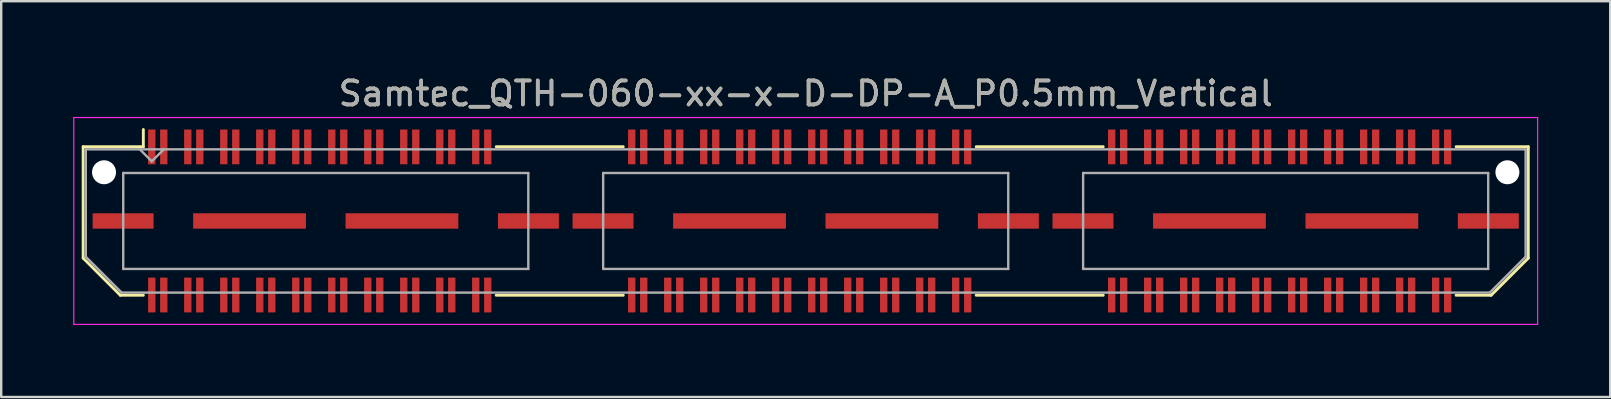
<source format=kicad_pcb>
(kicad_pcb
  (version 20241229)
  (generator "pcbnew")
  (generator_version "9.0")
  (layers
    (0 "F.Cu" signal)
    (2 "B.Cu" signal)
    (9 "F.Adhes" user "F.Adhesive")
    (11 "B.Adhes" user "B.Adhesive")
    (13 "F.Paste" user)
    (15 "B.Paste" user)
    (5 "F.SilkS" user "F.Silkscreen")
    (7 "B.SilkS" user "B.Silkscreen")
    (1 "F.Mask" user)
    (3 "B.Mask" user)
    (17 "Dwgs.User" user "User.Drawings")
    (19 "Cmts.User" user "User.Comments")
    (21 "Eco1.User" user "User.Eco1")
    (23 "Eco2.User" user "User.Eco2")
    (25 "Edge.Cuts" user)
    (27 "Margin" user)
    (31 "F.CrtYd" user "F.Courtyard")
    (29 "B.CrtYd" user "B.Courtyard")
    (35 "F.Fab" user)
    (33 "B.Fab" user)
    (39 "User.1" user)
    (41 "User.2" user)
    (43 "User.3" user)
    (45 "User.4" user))
  (footprint "Samtec_QTH-060-xx-x-D-DP-A_P0.5mm_Vertical"
    (layer "F.Cu")
    (at 30.525 6.158)
    (property "Reference" "Samtec_QTH-060-xx-x-D-DP-A_P0.5mm_Vertical" (at 0 -5.31 0) (layer "F.SilkS") (effects (font (size 1 1) (thickness 0.15))))
    (attr smd)
    (fp_line (start -30.11 -3.095) (end -30.11 1.548) (stroke (width 0.12) (type solid)) (layer "F.SilkS"))
    (fp_line (start -30.11 1.548) (end -28.562 3.095) (stroke (width 0.12) (type solid)) (layer "F.SilkS"))
    (fp_line (start -28.562 3.095) (end -27.602 3.095) (stroke (width 0.12) (type solid)) (layer "F.SilkS"))
    (fp_line (start -27.602 -3.811) (end -27.602 -3.095) (stroke (width 0.12) (type solid)) (layer "F.SilkS"))
    (fp_line (start -27.602 -3.095) (end -30.11 -3.095) (stroke (width 0.12) (type solid)) (layer "F.SilkS"))
    (fp_line (start -12.898 -3.095) (end -7.603 -3.095) (stroke (width 0.12) (type solid)) (layer "F.SilkS"))
    (fp_line (start -12.898 3.095) (end -7.603 3.095) (stroke (width 0.12) (type solid)) (layer "F.SilkS"))
    (fp_line (start 7.103 -3.095) (end 12.398 -3.095) (stroke (width 0.12) (type solid)) (layer "F.SilkS"))
    (fp_line (start 7.103 3.095) (end 12.398 3.095) (stroke (width 0.12) (type solid)) (layer "F.SilkS"))
    (fp_line (start 27.102 -3.095) (end 30.11 -3.095) (stroke (width 0.12) (type solid)) (layer "F.SilkS"))
    (fp_line (start 28.562 3.095) (end 27.102 3.095) (stroke (width 0.12) (type solid)) (layer "F.SilkS"))
    (fp_line (start 30.11 -3.095) (end 30.11 1.548) (stroke (width 0.12) (type solid)) (layer "F.SilkS"))
    (fp_line (start 30.11 1.548) (end 28.562 3.095) (stroke (width 0.12) (type solid)) (layer "F.SilkS"))
    (fp_line (start -30.5 -4.31) (end -30.5 4.31) (stroke (width 0.05) (type solid)) (layer "F.CrtYd"))
    (fp_line (start -30.5 4.31) (end 30.5 4.31) (stroke (width 0.05) (type solid)) (layer "F.CrtYd"))
    (fp_line (start 30.5 -4.31) (end -30.5 -4.31) (stroke (width 0.05) (type solid)) (layer "F.CrtYd"))
    (fp_line (start 30.5 4.31) (end 30.5 -4.31) (stroke (width 0.05) (type solid)) (layer "F.CrtYd"))
    (fp_line (start -30 -2.985) (end -30 1.492) (stroke (width 0.1) (type solid)) (layer "F.Fab"))
    (fp_line (start -30 -2.985) (end 30 -2.985) (stroke (width 0.1) (type solid)) (layer "F.Fab"))
    (fp_line (start -30 1.492) (end -28.508 2.985) (stroke (width 0.1) (type solid)) (layer "F.Fab"))
    (fp_line (start -28.508 2.985) (end 28.508 2.985) (stroke (width 0.1) (type solid)) (layer "F.Fab"))
    (fp_line (start -28.44 -2) (end -28.44 2) (stroke (width 0.1) (type solid)) (layer "F.Fab"))
    (fp_line (start -28.44 2) (end -11.56 2) (stroke (width 0.1) (type solid)) (layer "F.Fab"))
    (fp_line (start -27.25 -2.485) (end -27.75 -2.985) (stroke (width 0.1) (type solid)) (layer "F.Fab"))
    (fp_line (start -26.75 -2.985) (end -27.25 -2.485) (stroke (width 0.1) (type solid)) (layer "F.Fab"))
    (fp_line (start -11.56 -2) (end -28.44 -2) (stroke (width 0.1) (type solid)) (layer "F.Fab"))
    (fp_line (start -11.56 2) (end -11.56 -2) (stroke (width 0.1) (type solid)) (layer "F.Fab"))
    (fp_line (start -8.44 -2) (end -8.44 2) (stroke (width 0.1) (type solid)) (layer "F.Fab"))
    (fp_line (start -8.44 2) (end 8.44 2) (stroke (width 0.1) (type solid)) (layer "F.Fab"))
    (fp_line (start 8.44 -2) (end -8.44 -2) (stroke (width 0.1) (type solid)) (layer "F.Fab"))
    (fp_line (start 8.44 2) (end 8.44 -2) (stroke (width 0.1) (type solid)) (layer "F.Fab"))
    (fp_line (start 11.56 -2) (end 11.56 2) (stroke (width 0.1) (type solid)) (layer "F.Fab"))
    (fp_line (start 11.56 2) (end 28.44 2) (stroke (width 0.1) (type solid)) (layer "F.Fab"))
    (fp_line (start 28.44 -2) (end 11.56 -2) (stroke (width 0.1) (type solid)) (layer "F.Fab"))
    (fp_line (start 28.44 2) (end 28.44 -2) (stroke (width 0.1) (type solid)) (layer "F.Fab"))
    (fp_line (start 30 -2.985) (end 30 1.492) (stroke (width 0.1) (type solid)) (layer "F.Fab"))
    (fp_line (start 30 1.492) (end 28.508 2.985) (stroke (width 0.1) (type solid)) (layer "F.Fab"))
    (fp_text user "${REFERENCE}" (at 0 -5.31 0) (layer "F.Fab") (effects (font (size 1 1) (thickness 0.15))))
    (pad "" np_thru_hole circle (at -29.24 -2.03) (size 1 1) (drill 1) (layers "*.Cu" "*.Mask"))
    (pad "" np_thru_hole circle (at 29.24 -2.03) (size 1 1) (drill 1) (layers "*.Cu" "*.Mask"))
    (pad "1" smd rect (at -27.25 -3.086) (size 0.305 1.45) (layers "F.Cu" "F.Mask" "F.Paste"))
    (pad "2" smd rect (at -27.25 3.086) (size 0.305 1.45) (layers "F.Cu" "F.Mask" "F.Paste"))
    (pad "3" smd rect (at -26.75 -3.086) (size 0.305 1.45) (layers "F.Cu" "F.Mask" "F.Paste"))
    (pad "4" smd rect (at -26.75 3.086) (size 0.305 1.45) (layers "F.Cu" "F.Mask" "F.Paste"))
    (pad "5" smd rect (at -25.75 -3.086) (size 0.305 1.45) (layers "F.Cu" "F.Mask" "F.Paste"))
    (pad "6" smd rect (at -25.75 3.086) (size 0.305 1.45) (layers "F.Cu" "F.Mask" "F.Paste"))
    (pad "7" smd rect (at -25.25 -3.086) (size 0.305 1.45) (layers "F.Cu" "F.Mask" "F.Paste"))
    (pad "8" smd rect (at -25.25 3.086) (size 0.305 1.45) (layers "F.Cu" "F.Mask" "F.Paste"))
    (pad "9" smd rect (at -24.25 -3.086) (size 0.305 1.45) (layers "F.Cu" "F.Mask" "F.Paste"))
    (pad "10" smd rect (at -24.25 3.086) (size 0.305 1.45) (layers "F.Cu" "F.Mask" "F.Paste"))
    (pad "11" smd rect (at -23.75 -3.086) (size 0.305 1.45) (layers "F.Cu" "F.Mask" "F.Paste"))
    (pad "12" smd rect (at -23.75 3.086) (size 0.305 1.45) (layers "F.Cu" "F.Mask" "F.Paste"))
    (pad "13" smd rect (at -22.75 -3.086) (size 0.305 1.45) (layers "F.Cu" "F.Mask" "F.Paste"))
    (pad "14" smd rect (at -22.75 3.086) (size 0.305 1.45) (layers "F.Cu" "F.Mask" "F.Paste"))
    (pad "15" smd rect (at -22.25 -3.086) (size 0.305 1.45) (layers "F.Cu" "F.Mask" "F.Paste"))
    (pad "16" smd rect (at -22.25 3.086) (size 0.305 1.45) (layers "F.Cu" "F.Mask" "F.Paste"))
    (pad "17" smd rect (at -21.25 -3.086) (size 0.305 1.45) (layers "F.Cu" "F.Mask" "F.Paste"))
    (pad "18" smd rect (at -21.25 3.086) (size 0.305 1.45) (layers "F.Cu" "F.Mask" "F.Paste"))
    (pad "19" smd rect (at -20.75 -3.086) (size 0.305 1.45) (layers "F.Cu" "F.Mask" "F.Paste"))
    (pad "20" smd rect (at -20.75 3.086) (size 0.305 1.45) (layers "F.Cu" "F.Mask" "F.Paste"))
    (pad "21" smd rect (at -19.75 -3.086) (size 0.305 1.45) (layers "F.Cu" "F.Mask" "F.Paste"))
    (pad "22" smd rect (at -19.75 3.086) (size 0.305 1.45) (layers "F.Cu" "F.Mask" "F.Paste"))
    (pad "23" smd rect (at -19.25 -3.086) (size 0.305 1.45) (layers "F.Cu" "F.Mask" "F.Paste"))
    (pad "24" smd rect (at -19.25 3.086) (size 0.305 1.45) (layers "F.Cu" "F.Mask" "F.Paste"))
    (pad "25" smd rect (at -18.25 -3.086) (size 0.305 1.45) (layers "F.Cu" "F.Mask" "F.Paste"))
    (pad "26" smd rect (at -18.25 3.086) (size 0.305 1.45) (layers "F.Cu" "F.Mask" "F.Paste"))
    (pad "27" smd rect (at -17.75 -3.086) (size 0.305 1.45) (layers "F.Cu" "F.Mask" "F.Paste"))
    (pad "28" smd rect (at -17.75 3.086) (size 0.305 1.45) (layers "F.Cu" "F.Mask" "F.Paste"))
    (pad "29" smd rect (at -16.75 -3.086) (size 0.305 1.45) (layers "F.Cu" "F.Mask" "F.Paste"))
    (pad "30" smd rect (at -16.75 3.086) (size 0.305 1.45) (layers "F.Cu" "F.Mask" "F.Paste"))
    (pad "31" smd rect (at -16.25 -3.086) (size 0.305 1.45) (layers "F.Cu" "F.Mask" "F.Paste"))
    (pad "32" smd rect (at -16.25 3.086) (size 0.305 1.45) (layers "F.Cu" "F.Mask" "F.Paste"))
    (pad "33" smd rect (at -15.25 -3.086) (size 0.305 1.45) (layers "F.Cu" "F.Mask" "F.Paste"))
    (pad "34" smd rect (at -15.25 3.086) (size 0.305 1.45) (layers "F.Cu" "F.Mask" "F.Paste"))
    (pad "35" smd rect (at -14.75 -3.086) (size 0.305 1.45) (layers "F.Cu" "F.Mask" "F.Paste"))
    (pad "36" smd rect (at -14.75 3.086) (size 0.305 1.45) (layers "F.Cu" "F.Mask" "F.Paste"))
    (pad "37" smd rect (at -13.75 -3.086) (size 0.305 1.45) (layers "F.Cu" "F.Mask" "F.Paste"))
    (pad "38" smd rect (at -13.75 3.086) (size 0.305 1.45) (layers "F.Cu" "F.Mask" "F.Paste"))
    (pad "39" smd rect (at -13.25 -3.086) (size 0.305 1.45) (layers "F.Cu" "F.Mask" "F.Paste"))
    (pad "40" smd rect (at -13.25 3.086) (size 0.305 1.45) (layers "F.Cu" "F.Mask" "F.Paste"))
    (pad "41" smd rect (at -7.25 -3.086) (size 0.305 1.45) (layers "F.Cu" "F.Mask" "F.Paste"))
    (pad "42" smd rect (at -7.25 3.086) (size 0.305 1.45) (layers "F.Cu" "F.Mask" "F.Paste"))
    (pad "43" smd rect (at -6.75 -3.086) (size 0.305 1.45) (layers "F.Cu" "F.Mask" "F.Paste"))
    (pad "44" smd rect (at -6.75 3.086) (size 0.305 1.45) (layers "F.Cu" "F.Mask" "F.Paste"))
    (pad "45" smd rect (at -5.75 -3.086) (size 0.305 1.45) (layers "F.Cu" "F.Mask" "F.Paste"))
    (pad "46" smd rect (at -5.75 3.086) (size 0.305 1.45) (layers "F.Cu" "F.Mask" "F.Paste"))
    (pad "47" smd rect (at -5.25 -3.086) (size 0.305 1.45) (layers "F.Cu" "F.Mask" "F.Paste"))
    (pad "48" smd rect (at -5.25 3.086) (size 0.305 1.45) (layers "F.Cu" "F.Mask" "F.Paste"))
    (pad "49" smd rect (at -4.25 -3.086) (size 0.305 1.45) (layers "F.Cu" "F.Mask" "F.Paste"))
    (pad "50" smd rect (at -4.25 3.086) (size 0.305 1.45) (layers "F.Cu" "F.Mask" "F.Paste"))
    (pad "51" smd rect (at -3.75 -3.086) (size 0.305 1.45) (layers "F.Cu" "F.Mask" "F.Paste"))
    (pad "52" smd rect (at -3.75 3.086) (size 0.305 1.45) (layers "F.Cu" "F.Mask" "F.Paste"))
    (pad "53" smd rect (at -2.75 -3.086) (size 0.305 1.45) (layers "F.Cu" "F.Mask" "F.Paste"))
    (pad "54" smd rect (at -2.75 3.086) (size 0.305 1.45) (layers "F.Cu" "F.Mask" "F.Paste"))
    (pad "55" smd rect (at -2.25 -3.086) (size 0.305 1.45) (layers "F.Cu" "F.Mask" "F.Paste"))
    (pad "56" smd rect (at -2.25 3.086) (size 0.305 1.45) (layers "F.Cu" "F.Mask" "F.Paste"))
    (pad "57" smd rect (at -1.25 -3.086) (size 0.305 1.45) (layers "F.Cu" "F.Mask" "F.Paste"))
    (pad "58" smd rect (at -1.25 3.086) (size 0.305 1.45) (layers "F.Cu" "F.Mask" "F.Paste"))
    (pad "59" smd rect (at -0.75 -3.086) (size 0.305 1.45) (layers "F.Cu" "F.Mask" "F.Paste"))
    (pad "60" smd rect (at -0.75 3.086) (size 0.305 1.45) (layers "F.Cu" "F.Mask" "F.Paste"))
    (pad "61" smd rect (at 0.25 -3.086) (size 0.305 1.45) (layers "F.Cu" "F.Mask" "F.Paste"))
    (pad "62" smd rect (at 0.25 3.086) (size 0.305 1.45) (layers "F.Cu" "F.Mask" "F.Paste"))
    (pad "63" smd rect (at 0.75 -3.086) (size 0.305 1.45) (layers "F.Cu" "F.Mask" "F.Paste"))
    (pad "64" smd rect (at 0.75 3.086) (size 0.305 1.45) (layers "F.Cu" "F.Mask" "F.Paste"))
    (pad "65" smd rect (at 1.75 -3.086) (size 0.305 1.45) (layers "F.Cu" "F.Mask" "F.Paste"))
    (pad "66" smd rect (at 1.75 3.086) (size 0.305 1.45) (layers "F.Cu" "F.Mask" "F.Paste"))
    (pad "67" smd rect (at 2.25 -3.086) (size 0.305 1.45) (layers "F.Cu" "F.Mask" "F.Paste"))
    (pad "68" smd rect (at 2.25 3.086) (size 0.305 1.45) (layers "F.Cu" "F.Mask" "F.Paste"))
    (pad "69" smd rect (at 3.25 -3.086) (size 0.305 1.45) (layers "F.Cu" "F.Mask" "F.Paste"))
    (pad "70" smd rect (at 3.25 3.086) (size 0.305 1.45) (layers "F.Cu" "F.Mask" "F.Paste"))
    (pad "71" smd rect (at 3.75 -3.086) (size 0.305 1.45) (layers "F.Cu" "F.Mask" "F.Paste"))
    (pad "72" smd rect (at 3.75 3.086) (size 0.305 1.45) (layers "F.Cu" "F.Mask" "F.Paste"))
    (pad "73" smd rect (at 4.75 -3.086) (size 0.305 1.45) (layers "F.Cu" "F.Mask" "F.Paste"))
    (pad "74" smd rect (at 4.75 3.086) (size 0.305 1.45) (layers "F.Cu" "F.Mask" "F.Paste"))
    (pad "75" smd rect (at 5.25 -3.086) (size 0.305 1.45) (layers "F.Cu" "F.Mask" "F.Paste"))
    (pad "76" smd rect (at 5.25 3.086) (size 0.305 1.45) (layers "F.Cu" "F.Mask" "F.Paste"))
    (pad "77" smd rect (at 6.25 -3.086) (size 0.305 1.45) (layers "F.Cu" "F.Mask" "F.Paste"))
    (pad "78" smd rect (at 6.25 3.086) (size 0.305 1.45) (layers "F.Cu" "F.Mask" "F.Paste"))
    (pad "79" smd rect (at 6.75 -3.086) (size 0.305 1.45) (layers "F.Cu" "F.Mask" "F.Paste"))
    (pad "80" smd rect (at 6.75 3.086) (size 0.305 1.45) (layers "F.Cu" "F.Mask" "F.Paste"))
    (pad "81" smd rect (at 12.75 -3.086) (size 0.305 1.45) (layers "F.Cu" "F.Mask" "F.Paste"))
    (pad "82" smd rect (at 12.75 3.086) (size 0.305 1.45) (layers "F.Cu" "F.Mask" "F.Paste"))
    (pad "83" smd rect (at 13.25 -3.086) (size 0.305 1.45) (layers "F.Cu" "F.Mask" "F.Paste"))
    (pad "84" smd rect (at 13.25 3.086) (size 0.305 1.45) (layers "F.Cu" "F.Mask" "F.Paste"))
    (pad "85" smd rect (at 14.25 -3.086) (size 0.305 1.45) (layers "F.Cu" "F.Mask" "F.Paste"))
    (pad "86" smd rect (at 14.25 3.086) (size 0.305 1.45) (layers "F.Cu" "F.Mask" "F.Paste"))
    (pad "87" smd rect (at 14.75 -3.086) (size 0.305 1.45) (layers "F.Cu" "F.Mask" "F.Paste"))
    (pad "88" smd rect (at 14.75 3.086) (size 0.305 1.45) (layers "F.Cu" "F.Mask" "F.Paste"))
    (pad "89" smd rect (at 15.75 -3.086) (size 0.305 1.45) (layers "F.Cu" "F.Mask" "F.Paste"))
    (pad "90" smd rect (at 15.75 3.086) (size 0.305 1.45) (layers "F.Cu" "F.Mask" "F.Paste"))
    (pad "91" smd rect (at 16.25 -3.086) (size 0.305 1.45) (layers "F.Cu" "F.Mask" "F.Paste"))
    (pad "92" smd rect (at 16.25 3.086) (size 0.305 1.45) (layers "F.Cu" "F.Mask" "F.Paste"))
    (pad "93" smd rect (at 17.25 -3.086) (size 0.305 1.45) (layers "F.Cu" "F.Mask" "F.Paste"))
    (pad "94" smd rect (at 17.25 3.086) (size 0.305 1.45) (layers "F.Cu" "F.Mask" "F.Paste"))
    (pad "95" smd rect (at 17.75 -3.086) (size 0.305 1.45) (layers "F.Cu" "F.Mask" "F.Paste"))
    (pad "96" smd rect (at 17.75 3.086) (size 0.305 1.45) (layers "F.Cu" "F.Mask" "F.Paste"))
    (pad "97" smd rect (at 18.75 -3.086) (size 0.305 1.45) (layers "F.Cu" "F.Mask" "F.Paste"))
    (pad "98" smd rect (at 18.75 3.086) (size 0.305 1.45) (layers "F.Cu" "F.Mask" "F.Paste"))
    (pad "99" smd rect (at 19.25 -3.086) (size 0.305 1.45) (layers "F.Cu" "F.Mask" "F.Paste"))
    (pad "100" smd rect (at 19.25 3.086) (size 0.305 1.45) (layers "F.Cu" "F.Mask" "F.Paste"))
    (pad "101" smd rect (at 20.25 -3.086) (size 0.305 1.45) (layers "F.Cu" "F.Mask" "F.Paste"))
    (pad "102" smd rect (at 20.25 3.086) (size 0.305 1.45) (layers "F.Cu" "F.Mask" "F.Paste"))
    (pad "103" smd rect (at 20.75 -3.086) (size 0.305 1.45) (layers "F.Cu" "F.Mask" "F.Paste"))
    (pad "104" smd rect (at 20.75 3.086) (size 0.305 1.45) (layers "F.Cu" "F.Mask" "F.Paste"))
    (pad "105" smd rect (at 21.75 -3.086) (size 0.305 1.45) (layers "F.Cu" "F.Mask" "F.Paste"))
    (pad "106" smd rect (at 21.75 3.086) (size 0.305 1.45) (layers "F.Cu" "F.Mask" "F.Paste"))
    (pad "107" smd rect (at 22.25 -3.086) (size 0.305 1.45) (layers "F.Cu" "F.Mask" "F.Paste"))
    (pad "108" smd rect (at 22.25 3.086) (size 0.305 1.45) (layers "F.Cu" "F.Mask" "F.Paste"))
    (pad "109" smd rect (at 23.25 -3.086) (size 0.305 1.45) (layers "F.Cu" "F.Mask" "F.Paste"))
    (pad "110" smd rect (at 23.25 3.086) (size 0.305 1.45) (layers "F.Cu" "F.Mask" "F.Paste"))
    (pad "111" smd rect (at 23.75 -3.086) (size 0.305 1.45) (layers "F.Cu" "F.Mask" "F.Paste"))
    (pad "112" smd rect (at 23.75 3.086) (size 0.305 1.45) (layers "F.Cu" "F.Mask" "F.Paste"))
    (pad "113" smd rect (at 24.75 -3.086) (size 0.305 1.45) (layers "F.Cu" "F.Mask" "F.Paste"))
    (pad "114" smd rect (at 24.75 3.086) (size 0.305 1.45) (layers "F.Cu" "F.Mask" "F.Paste"))
    (pad "115" smd rect (at 25.25 -3.086) (size 0.305 1.45) (layers "F.Cu" "F.Mask" "F.Paste"))
    (pad "116" smd rect (at 25.25 3.086) (size 0.305 1.45) (layers "F.Cu" "F.Mask" "F.Paste"))
    (pad "117" smd rect (at 26.25 -3.086) (size 0.305 1.45) (layers "F.Cu" "F.Mask" "F.Paste"))
    (pad "118" smd rect (at 26.25 3.086) (size 0.305 1.45) (layers "F.Cu" "F.Mask" "F.Paste"))
    (pad "119" smd rect (at 26.75 -3.086) (size 0.305 1.45) (layers "F.Cu" "F.Mask" "F.Paste"))
    (pad "120" smd rect (at 26.75 3.086) (size 0.305 1.45) (layers "F.Cu" "F.Mask" "F.Paste"))
    (pad "P1" smd rect (at -28.445 0) (size 2.54 0.64) (layers "F.Cu" "F.Mask" "F.Paste"))
    (pad "P1" smd rect (at -23.175 0) (size 4.7 0.64) (layers "F.Cu" "F.Mask" "F.Paste"))
    (pad "P1" smd rect (at -16.825 0) (size 4.7 0.64) (layers "F.Cu" "F.Mask" "F.Paste"))
    (pad "P1" smd rect (at -11.555 0) (size 2.54 0.64) (layers "F.Cu" "F.Mask" "F.Paste"))
    (pad "P2" smd rect (at -8.445 0) (size 2.54 0.64) (layers "F.Cu" "F.Mask" "F.Paste"))
    (pad "P2" smd rect (at -3.175 0) (size 4.7 0.64) (layers "F.Cu" "F.Mask" "F.Paste"))
    (pad "P2" smd rect (at 3.175 0) (size 4.7 0.64) (layers "F.Cu" "F.Mask" "F.Paste"))
    (pad "P2" smd rect (at 8.445 0) (size 2.54 0.64) (layers "F.Cu" "F.Mask" "F.Paste"))
    (pad "P3" smd rect (at 11.555 0) (size 2.54 0.64) (layers "F.Cu" "F.Mask" "F.Paste"))
    (pad "P3" smd rect (at 16.825 0) (size 4.7 0.64) (layers "F.Cu" "F.Mask" "F.Paste"))
    (pad "P3" smd rect (at 23.175 0) (size 4.7 0.64) (layers "F.Cu" "F.Mask" "F.Paste"))
    (pad "P3" smd rect (at 28.445 0) (size 2.54 0.64) (layers "F.Cu" "F.Mask" "F.Paste")))
  (gr_rect
    (start -3 -3)
    (end 64.05 13.493)
    (stroke (width 0.1) (type default))
    (fill no)
    (layer "Edge.Cuts")))
</source>
